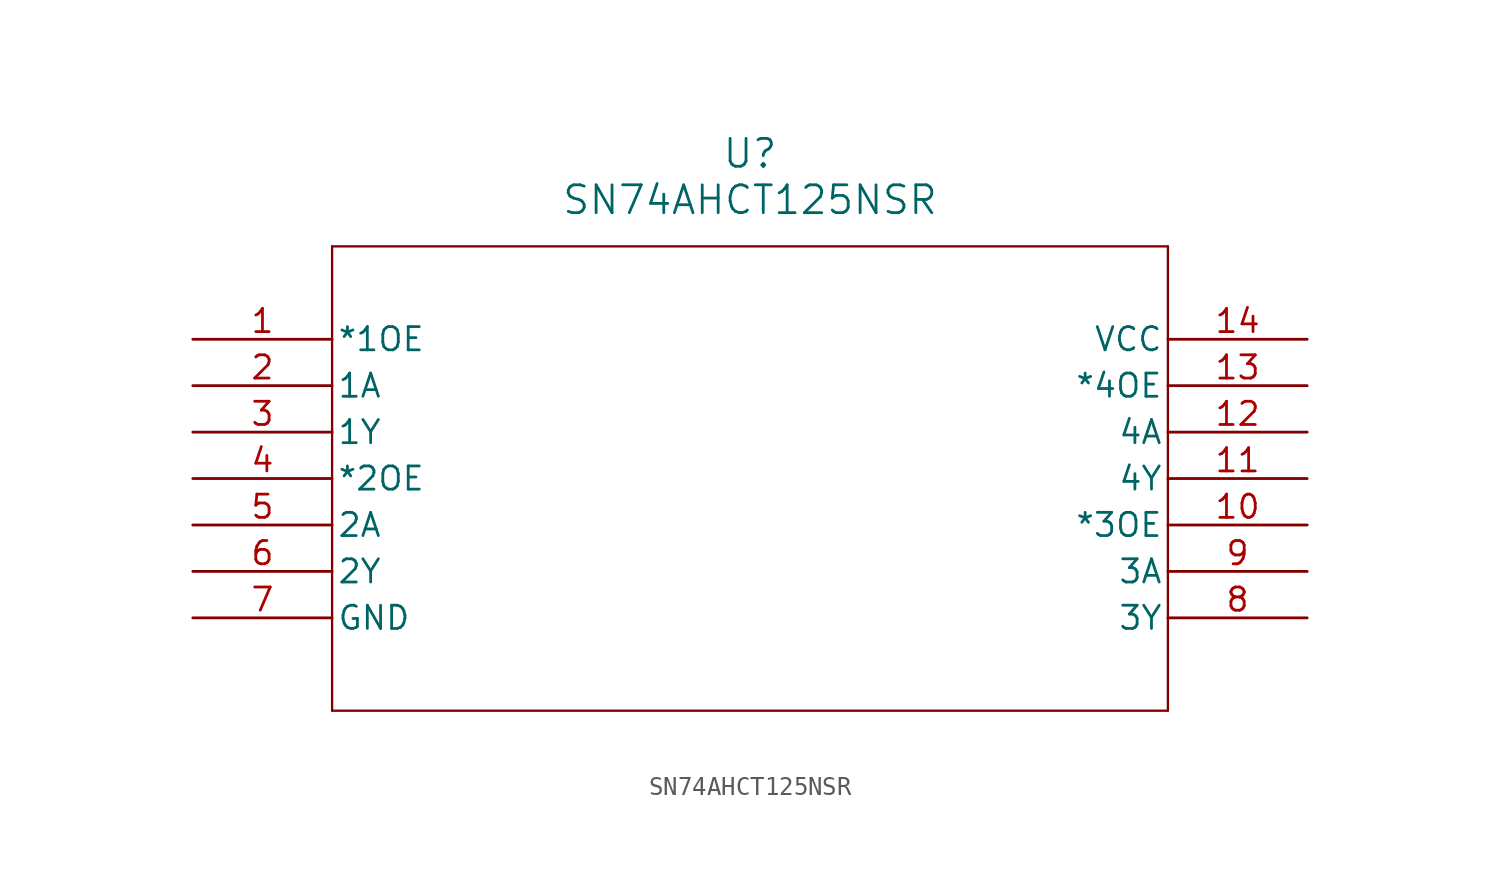
<source format=kicad_sym>
(kicad_symbol_lib
  (version 20211014)
  (generator kicad_symbol_editor)
  (symbol "SN74AHCT125NSR"
    (pin_names
      (offset 0.254))
    (property "Reference" "U"
      (at 30.48 10.16 0)
      (effects (font (size 1.524 1.524))))
    (property "Value" "SN74AHCT125NSR"
      (at 30.48 7.62 0)
      (effects (font (size 1.524 1.524))))
    (symbol "SN74AHCT125NSR_0_1"
      (polyline (pts (xy 7.62 5.08) (xy 7.62 -20.32)) (stroke (width 0.127) (type default) (color 0 0 0 0)) (fill (type none)))
      (polyline (pts (xy 7.62 -20.32) (xy 53.34 -20.32)) (stroke (width 0.127) (type default) (color 0 0 0 0)) (fill (type none)))
      (polyline (pts (xy 53.34 -20.32) (xy 53.34 5.08)) (stroke (width 0.127) (type default) (color 0 0 0 0)) (fill (type none)))
      (polyline (pts (xy 53.34 5.08) (xy 7.62 5.08)) (stroke (width 0.127) (type default) (color 0 0 0 0)) (fill (type none)))
      (pin input line (at 0 0 0) (length 7.62) (name "*1OE" (effects (font (size 1.27 1.27)))) (number "1" (effects (font (size 1.27 1.27)))))
      (pin input line (at 0 -2.54 0) (length 7.62) (name "1A" (effects (font (size 1.27 1.27)))) (number "2" (effects (font (size 1.27 1.27)))))
      (pin unspecified line (at 0 -5.08 0) (length 7.62) (name "1Y" (effects (font (size 1.27 1.27)))) (number "3" (effects (font (size 1.27 1.27)))))
      (pin input line (at 0 -7.62 0) (length 7.62) (name "*2OE" (effects (font (size 1.27 1.27)))) (number "4" (effects (font (size 1.27 1.27)))))
      (pin input line (at 0 -10.16 0) (length 7.62) (name "2A" (effects (font (size 1.27 1.27)))) (number "5" (effects (font (size 1.27 1.27)))))
      (pin unspecified line (at 0 -12.7 0) (length 7.62) (name "2Y" (effects (font (size 1.27 1.27)))) (number "6" (effects (font (size 1.27 1.27)))))
      (pin power_in line (at 0 -15.24 0) (length 7.62) (name "GND" (effects (font (size 1.27 1.27)))) (number "7" (effects (font (size 1.27 1.27)))))
      (pin unspecified line (at 60.96 -15.24 180) (length 7.62) (name "3Y" (effects (font (size 1.27 1.27)))) (number "8" (effects (font (size 1.27 1.27)))))
      (pin input line (at 60.96 -12.7 180) (length 7.62) (name "3A" (effects (font (size 1.27 1.27)))) (number "9" (effects (font (size 1.27 1.27)))))
      (pin input line (at 60.96 -10.16 180) (length 7.62) (name "*3OE" (effects (font (size 1.27 1.27)))) (number "10" (effects (font (size 1.27 1.27)))))
      (pin unspecified line (at 60.96 -7.62 180) (length 7.62) (name "4Y" (effects (font (size 1.27 1.27)))) (number "11" (effects (font (size 1.27 1.27)))))
      (pin input line (at 60.96 -5.08 180) (length 7.62) (name "4A" (effects (font (size 1.27 1.27)))) (number "12" (effects (font (size 1.27 1.27)))))
      (pin input line (at 60.96 -2.54 180) (length 7.62) (name "*4OE" (effects (font (size 1.27 1.27)))) (number "13" (effects (font (size 1.27 1.27)))))
      (pin power_in line (at 60.96 0 180) (length 7.62) (name "VCC" (effects (font (size 1.27 1.27)))) (number "14" (effects (font (size 1.27 1.27))))))))
</source>
